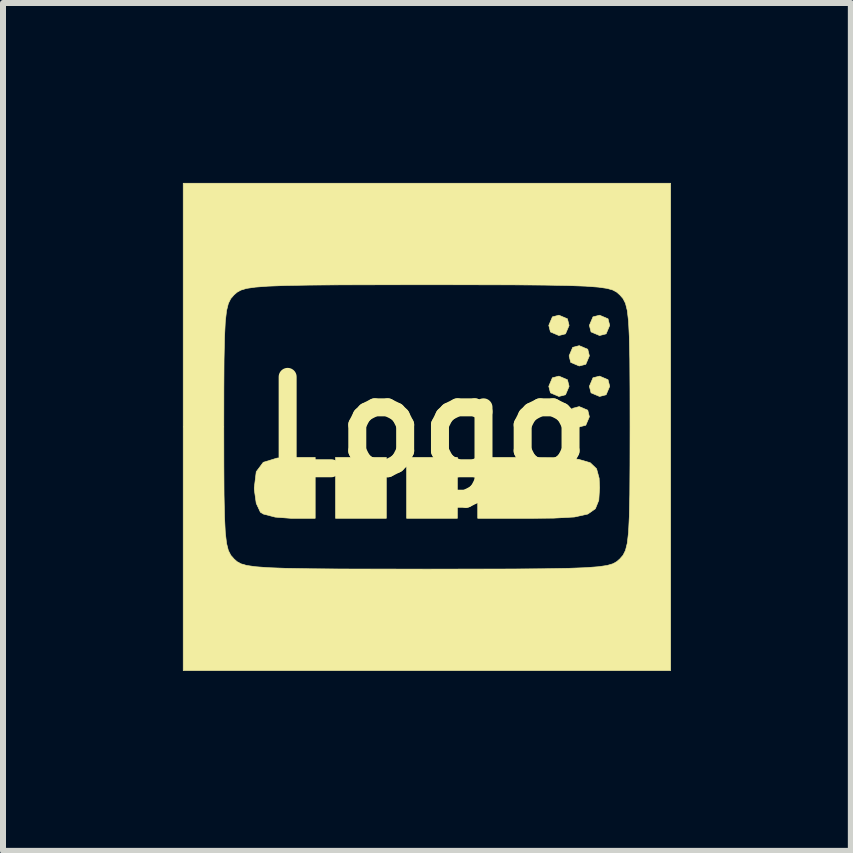
<source format=kicad_pcb>
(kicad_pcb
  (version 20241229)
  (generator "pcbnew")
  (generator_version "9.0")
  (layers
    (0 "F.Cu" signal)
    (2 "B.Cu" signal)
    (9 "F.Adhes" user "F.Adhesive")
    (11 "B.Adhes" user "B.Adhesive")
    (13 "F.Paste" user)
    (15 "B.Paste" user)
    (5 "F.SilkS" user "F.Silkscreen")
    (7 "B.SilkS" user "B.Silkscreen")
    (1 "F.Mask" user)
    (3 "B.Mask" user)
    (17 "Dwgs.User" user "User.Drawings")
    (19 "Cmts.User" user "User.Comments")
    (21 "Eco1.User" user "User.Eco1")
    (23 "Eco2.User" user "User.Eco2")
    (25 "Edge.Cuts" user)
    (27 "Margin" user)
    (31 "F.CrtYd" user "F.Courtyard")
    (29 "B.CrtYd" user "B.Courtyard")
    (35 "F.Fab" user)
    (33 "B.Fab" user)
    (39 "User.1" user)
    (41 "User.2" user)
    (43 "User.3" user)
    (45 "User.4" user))
  (footprint "Logo"
    (layer "F.Cu")
    (at 4.069 4.069)
    (property "Reference" "Logo" (at 0 0 0) (layer "F.SilkS") (effects (font (size 1.524 1.524) (thickness 0.3))))
    (attr through_hole)
    (fp_poly (pts (xy -0.677 1.524) (xy -1.524 1.524) (xy -1.524 0.508) (xy -0.677 0.508) (xy -0.677 1.524)) (stroke (width 0.01) (type solid)) (fill yes) (layer "F.SilkS"))
    (fp_poly (pts (xy 0.508 1.524) (xy -0.339 1.524) (xy -0.339 0.508) (xy 0.508 0.508) (xy 0.508 1.524)) (stroke (width 0.01) (type solid)) (fill yes) (layer "F.SilkS"))
    (fp_poly (pts (xy 2.343 -1.803) (xy 2.371 -1.693) (xy 2.311 -1.552) (xy 2.201 -1.524) (xy 2.06 -1.584) (xy 2.032 -1.693) (xy 2.092 -1.835) (xy 2.201 -1.863) (xy 2.343 -1.803)) (stroke (width 0.01) (type solid)) (fill yes) (layer "F.SilkS"))
    (fp_poly (pts (xy 2.343 -0.787) (xy 2.371 -0.677) (xy 2.311 -0.536) (xy 2.201 -0.508) (xy 2.06 -0.568) (xy 2.032 -0.677) (xy 2.092 -0.819) (xy 2.201 -0.847) (xy 2.343 -0.787)) (stroke (width 0.01) (type solid)) (fill yes) (layer "F.SilkS"))
    (fp_poly (pts (xy 2.682 -1.295) (xy 2.709 -1.185) (xy 2.649 -1.044) (xy 2.54 -1.016) (xy 2.398 -1.076) (xy 2.371 -1.185) (xy 2.431 -1.327) (xy 2.54 -1.355) (xy 2.682 -1.295)) (stroke (width 0.01) (type solid)) (fill yes) (layer "F.SilkS"))
    (fp_poly (pts (xy 2.682 -0.279) (xy 2.709 -0.169) (xy 2.649 -0.028) (xy 2.54 0) (xy 2.398 -0.06) (xy 2.371 -0.169) (xy 2.431 -0.311) (xy 2.54 -0.339) (xy 2.682 -0.279)) (stroke (width 0.01) (type solid)) (fill yes) (layer "F.SilkS"))
    (fp_poly (pts (xy 3.02 -1.803) (xy 3.048 -1.693) (xy 2.988 -1.552) (xy 2.879 -1.524) (xy 2.737 -1.584) (xy 2.709 -1.693) (xy 2.769 -1.835) (xy 2.879 -1.863) (xy 3.02 -1.803)) (stroke (width 0.01) (type solid)) (fill yes) (layer "F.SilkS"))
    (fp_poly (pts (xy 3.02 -0.787) (xy 3.048 -0.677) (xy 2.988 -0.536) (xy 2.879 -0.508) (xy 2.737 -0.568) (xy 2.709 -0.677) (xy 2.769 -0.819) (xy 2.879 -0.847) (xy 3.02 -0.787)) (stroke (width 0.01) (type solid)) (fill yes) (layer "F.SilkS"))
    (fp_poly (pts (xy -1.863 1.524) (xy -2.269 1.524) (xy -2.531 1.504) (xy -2.727 1.453) (xy -2.777 1.422) (xy -2.846 1.274) (xy -2.878 1.046) (xy -2.879 1.016) (xy -2.846 0.747) (xy -2.729 0.59) (xy -2.497 0.519) (xy -2.269 0.508) (xy -1.863 0.508) (xy -1.863 1.524)) (stroke (width 0.01) (type solid)) (fill yes) (layer "F.SilkS"))
    (fp_poly (pts (xy 2.216 0.514) (xy 2.528 0.54) (xy 2.723 0.597) (xy 2.829 0.698) (xy 2.872 0.856) (xy 2.879 1.016) (xy 2.866 1.223) (xy 2.809 1.364) (xy 2.683 1.453) (xy 2.46 1.502) (xy 2.114 1.521) (xy 1.761 1.524) (xy 0.847 1.524) (xy 0.847 0.508) (xy 1.761 0.508) (xy 2.216 0.514)) (stroke (width 0.01) (type solid)) (fill yes) (layer "F.SilkS"))
    (fp_poly (pts (xy 4.064 4.064) (xy -4.064 4.064) (xy -4.064 0) (xy -3.387 0) (xy -3.386 0.64) (xy -3.383 1.133) (xy -3.375 1.5) (xy -3.362 1.763) (xy -3.341 1.942) (xy -3.311 2.061) (xy -3.27 2.141) (xy -3.217 2.201) (xy -3.167 2.246) (xy -3.102 2.282) (xy -3.005 2.31) (xy -2.859 2.331) (xy -2.647 2.347) (xy -2.351 2.358) (xy -1.955 2.365) (xy -1.441 2.369) (xy -0.792 2.37) (xy 0 2.371) (xy 0.8 2.37) (xy 1.447 2.369) (xy 1.96 2.365) (xy 2.355 2.358) (xy 2.65 2.347) (xy 2.861 2.331) (xy 3.006 2.31) (xy 3.103 2.281) (xy 3.167 2.245) (xy 3.217 2.201) (xy 3.271 2.139) (xy 3.311 2.059) (xy 3.341 1.939) (xy 3.362 1.758) (xy 3.375 1.494) (xy 3.383 1.124) (xy 3.386 0.629) (xy 3.387 0) (xy 3.386 -0.64) (xy 3.383 -1.133) (xy 3.375 -1.5) (xy 3.362 -1.763) (xy 3.341 -1.942) (xy 3.311 -2.061) (xy 3.27 -2.141) (xy 3.217 -2.201) (xy 3.167 -2.246) (xy 3.102 -2.282) (xy 3.005 -2.31) (xy 2.859 -2.331) (xy 2.647 -2.347) (xy 2.351 -2.358) (xy 1.955 -2.365) (xy 1.441 -2.369) (xy 0.792 -2.37) (xy -0.000001 -2.371) (xy -0.8 -2.37) (xy -1.447 -2.369) (xy -1.96 -2.365) (xy -2.355 -2.358) (xy -2.65 -2.347) (xy -2.861 -2.331) (xy -3.006 -2.31) (xy -3.103 -2.281) (xy -3.167 -2.245) (xy -3.217 -2.201) (xy -3.271 -2.139) (xy -3.311 -2.059) (xy -3.341 -1.939) (xy -3.362 -1.758) (xy -3.375 -1.494) (xy -3.383 -1.124) (xy -3.386 -0.629) (xy -3.387 0) (xy -4.064 0) (xy -4.064 -4.064) (xy 4.064 -4.064) (xy 4.064 4.064)) (stroke (width 0.01) (type solid)) (fill yes) (layer "F.SilkS")))
  (gr_rect
    (start -3 -3)
    (end 11.138 11.138)
    (stroke (width 0.1) (type default))
    (fill no)
    (layer "Edge.Cuts")))
</source>
